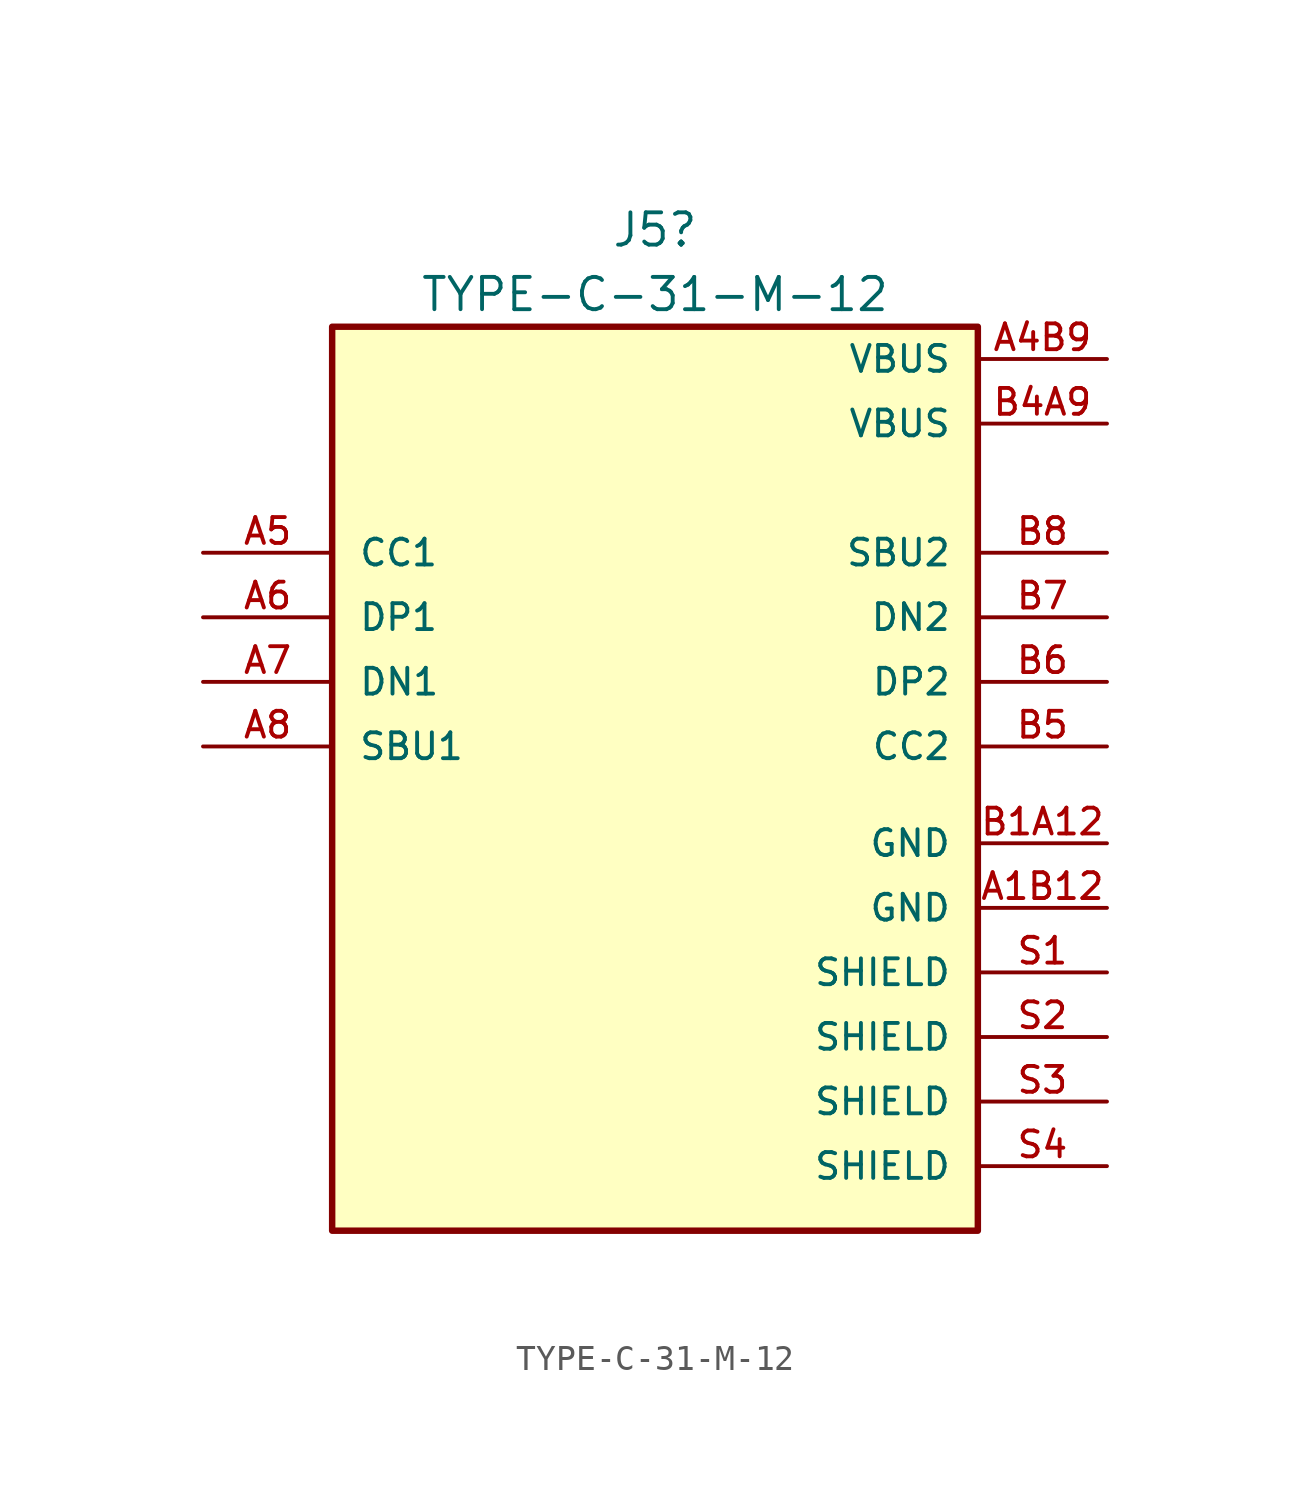
<source format=kicad_sym>
(kicad_symbol_lib
  (version 20211014)
  (generator kicad_symbol_editor)
  (symbol "TYPE-C-31-M-12"
    (pin_names
      (offset 1.016))
    (property "Reference" "J5"
      (at 0 17.78 0)
      (effects (font (size 1.27 1.27))))
    (property "Value" "TYPE-C-31-M-12"
      (at 0 15.24 0)
      (effects (font (size 1.27 1.27))))
    (symbol "TYPE-C-31-M-12_0_0"
      (rectangle (start -12.7 13.97) (end 12.7 -21.59) (stroke (width 0.254) (type default) (color 0 0 0 0)) (fill (type background)))
      (pin power_in line (at 17.78 -8.89 180) (length 5.08) (name "GND" (effects (font (size 1.016 1.016)))) (number "A1B12" (effects (font (size 1.016 1.016)))))
      (pin power_in line (at 17.78 12.7 180) (length 5.08) (name "VBUS" (effects (font (size 1.016 1.016)))) (number "A4B9" (effects (font (size 1.016 1.016)))))
      (pin bidirectional line (at -17.78 5.08 0) (length 5.08) (name "CC1" (effects (font (size 1.016 1.016)))) (number "A5" (effects (font (size 1.016 1.016)))))
      (pin bidirectional line (at -17.78 2.54 0) (length 5.08) (name "DP1" (effects (font (size 1.016 1.016)))) (number "A6" (effects (font (size 1.016 1.016)))))
      (pin bidirectional line (at -17.78 0 0) (length 5.08) (name "DN1" (effects (font (size 1.016 1.016)))) (number "A7" (effects (font (size 1.016 1.016)))))
      (pin bidirectional line (at -17.78 -2.54 0) (length 5.08) (name "SBU1" (effects (font (size 1.016 1.016)))) (number "A8" (effects (font (size 1.016 1.016)))))
      (pin power_in line (at 17.78 -6.35 180) (length 5.08) (name "GND" (effects (font (size 1.016 1.016)))) (number "B1A12" (effects (font (size 1.016 1.016)))))
      (pin power_in line (at 17.78 10.16 180) (length 5.08) (name "VBUS" (effects (font (size 1.016 1.016)))) (number "B4A9" (effects (font (size 1.016 1.016)))))
      (pin bidirectional line (at 17.78 -2.54 180) (length 5.08) (name "CC2" (effects (font (size 1.016 1.016)))) (number "B5" (effects (font (size 1.016 1.016)))))
      (pin bidirectional line (at 17.78 0 180) (length 5.08) (name "DP2" (effects (font (size 1.016 1.016)))) (number "B6" (effects (font (size 1.016 1.016)))))
      (pin bidirectional line (at 17.78 2.54 180) (length 5.08) (name "DN2" (effects (font (size 1.016 1.016)))) (number "B7" (effects (font (size 1.016 1.016)))))
      (pin bidirectional line (at 17.78 5.08 180) (length 5.08) (name "SBU2" (effects (font (size 1.016 1.016)))) (number "B8" (effects (font (size 1.016 1.016)))))
      (pin passive line (at 17.78 -11.43 180) (length 5.08) (name "SHIELD" (effects (font (size 1.016 1.016)))) (number "S1" (effects (font (size 1.016 1.016)))))
      (pin passive line (at 17.78 -13.97 180) (length 5.08) (name "SHIELD" (effects (font (size 1.016 1.016)))) (number "S2" (effects (font (size 1.016 1.016)))))
      (pin passive line (at 17.78 -16.51 180) (length 5.08) (name "SHIELD" (effects (font (size 1.016 1.016)))) (number "S3" (effects (font (size 1.016 1.016)))))
      (pin passive line (at 17.78 -19.05 180) (length 5.08) (name "SHIELD" (effects (font (size 1.016 1.016)))) (number "S4" (effects (font (size 1.016 1.016))))))))
</source>
